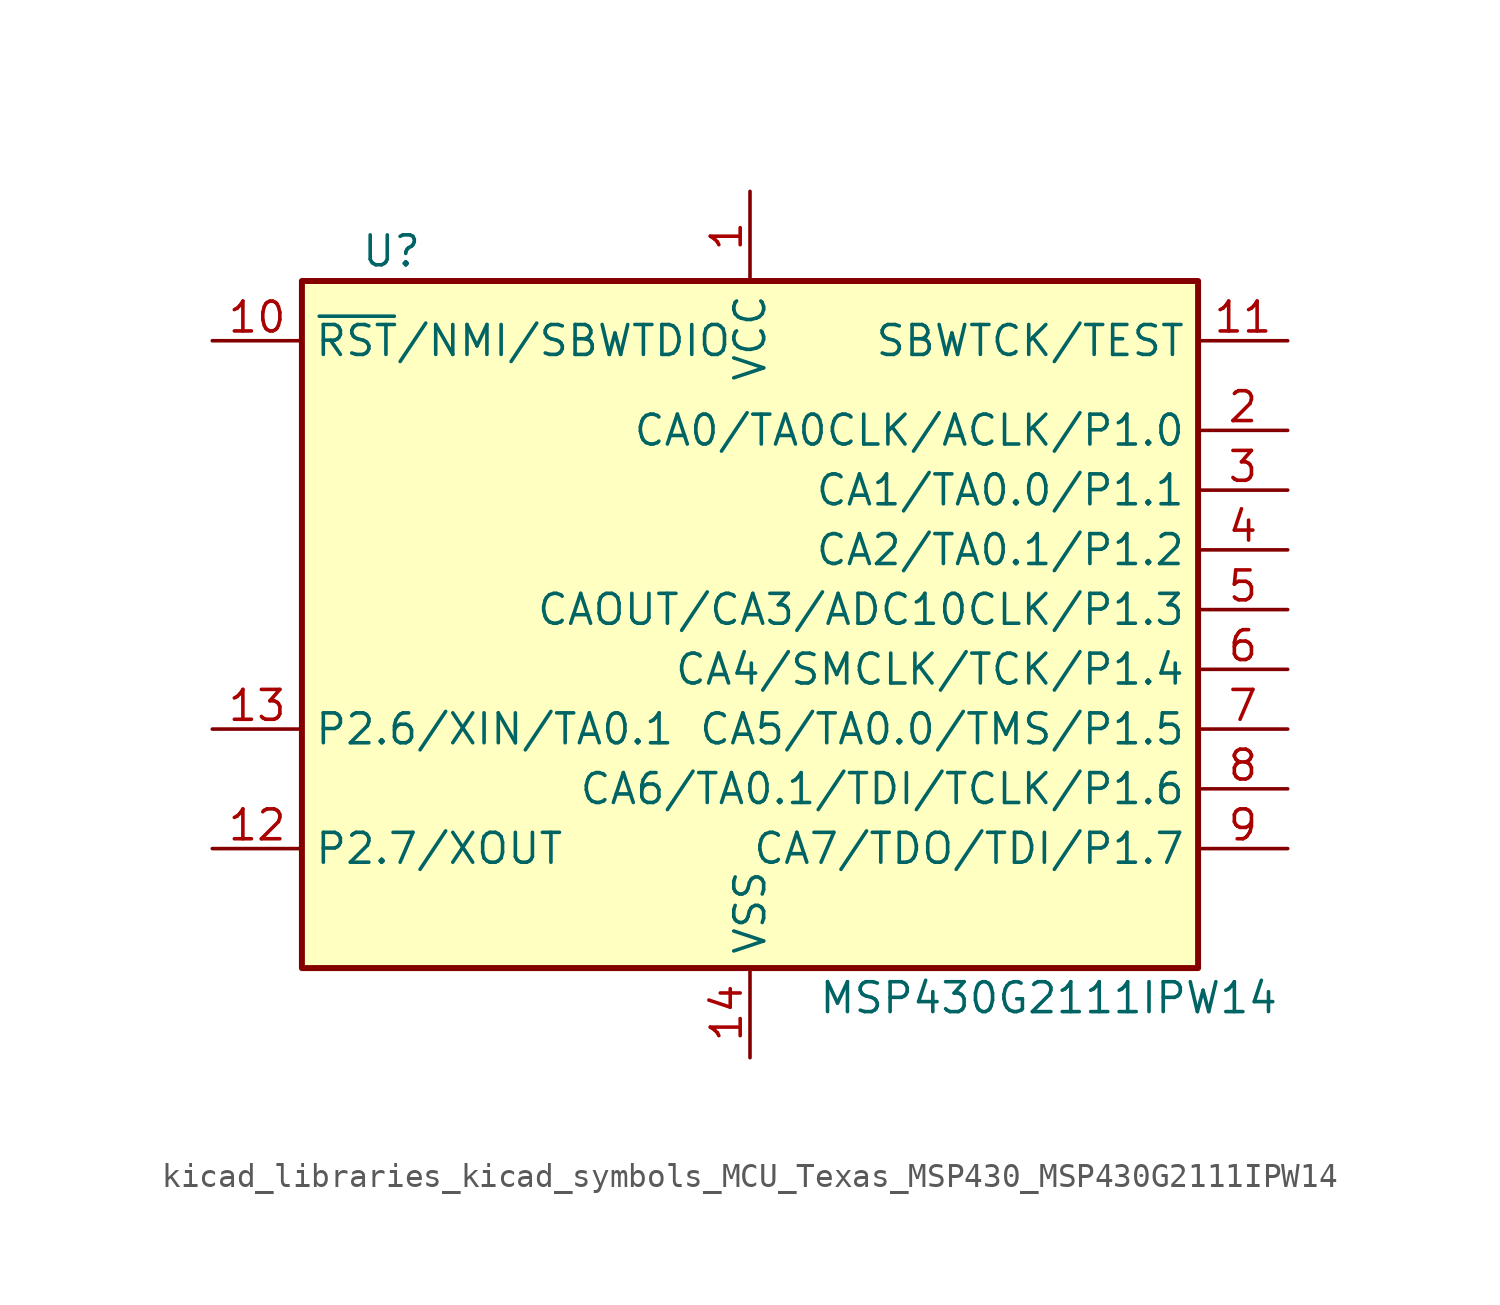
<source format=kicad_sym>
(kicad_symbol_lib
  (version 20220914)
  (generator kicad_symbol_editor)
  (symbol "kicad_libraries_kicad_symbols_MCU_Texas_MSP430_MSP430G2111IPW14"
    (property "Reference" "U"
      (at -15.24 15.24 0)
      (effects (font (size 1.27 1.27))))
    (property "Value" "MSP430G2111IPW14"
      (at 12.7 -16.51 0)
      (effects (font (size 1.27 1.27))))
    (symbol "kicad_libraries_kicad_symbols_MCU_Texas_MSP430_MSP430G2111IPW14_0_1"
      (rectangle (start -19.05 13.97) (end 19.05 -15.24) (stroke (width 0.254) (type default)) (fill (type background))))
    (symbol "kicad_libraries_kicad_symbols_MCU_Texas_MSP430_MSP430G2111IPW14_1_1"
      (pin power_in line (at 0 17.78 270) (length 3.81) (name "VCC" (effects (font (size 1.27 1.27)))) (number "1" (effects (font (size 1.27 1.27)))))
      (pin input line (at -22.86 11.43 0) (length 3.81) (name "~{RST}/NMI/SBWTDIO" (effects (font (size 1.27 1.27)))) (number "10" (effects (font (size 1.27 1.27)))))
      (pin input line (at 22.86 11.43 180) (length 3.81) (name "SBWTCK/TEST" (effects (font (size 1.27 1.27)))) (number "11" (effects (font (size 1.27 1.27)))))
      (pin bidirectional line (at -22.86 -10.16 0) (length 3.81) (name "P2.7/XOUT" (effects (font (size 1.27 1.27)))) (number "12" (effects (font (size 1.27 1.27)))))
      (pin bidirectional line (at -22.86 -5.08 0) (length 3.81) (name "P2.6/XIN/TA0.1" (effects (font (size 1.27 1.27)))) (number "13" (effects (font (size 1.27 1.27)))))
      (pin power_in line (at 0 -19.05 90) (length 3.81) (name "VSS" (effects (font (size 1.27 1.27)))) (number "14" (effects (font (size 1.27 1.27)))))
      (pin bidirectional line (at 22.86 7.62 180) (length 3.81) (name "CA0/TA0CLK/ACLK/P1.0" (effects (font (size 1.27 1.27)))) (number "2" (effects (font (size 1.27 1.27)))))
      (pin bidirectional line (at 22.86 5.08 180) (length 3.81) (name "CA1/TA0.0/P1.1" (effects (font (size 1.27 1.27)))) (number "3" (effects (font (size 1.27 1.27)))))
      (pin bidirectional line (at 22.86 2.54 180) (length 3.81) (name "CA2/TA0.1/P1.2" (effects (font (size 1.27 1.27)))) (number "4" (effects (font (size 1.27 1.27)))))
      (pin bidirectional line (at 22.86 0 180) (length 3.81) (name "CAOUT/CA3/ADC10CLK/P1.3" (effects (font (size 1.27 1.27)))) (number "5" (effects (font (size 1.27 1.27)))))
      (pin bidirectional line (at 22.86 -2.54 180) (length 3.81) (name "CA4/SMCLK/TCK/P1.4" (effects (font (size 1.27 1.27)))) (number "6" (effects (font (size 1.27 1.27)))))
      (pin bidirectional line (at 22.86 -5.08 180) (length 3.81) (name "CA5/TA0.0/TMS/P1.5" (effects (font (size 1.27 1.27)))) (number "7" (effects (font (size 1.27 1.27)))))
      (pin bidirectional line (at 22.86 -7.62 180) (length 3.81) (name "CA6/TA0.1/TDI/TCLK/P1.6" (effects (font (size 1.27 1.27)))) (number "8" (effects (font (size 1.27 1.27)))))
      (pin bidirectional line (at 22.86 -10.16 180) (length 3.81) (name "CA7/TDO/TDI/P1.7" (effects (font (size 1.27 1.27)))) (number "9" (effects (font (size 1.27 1.27))))))))
</source>
